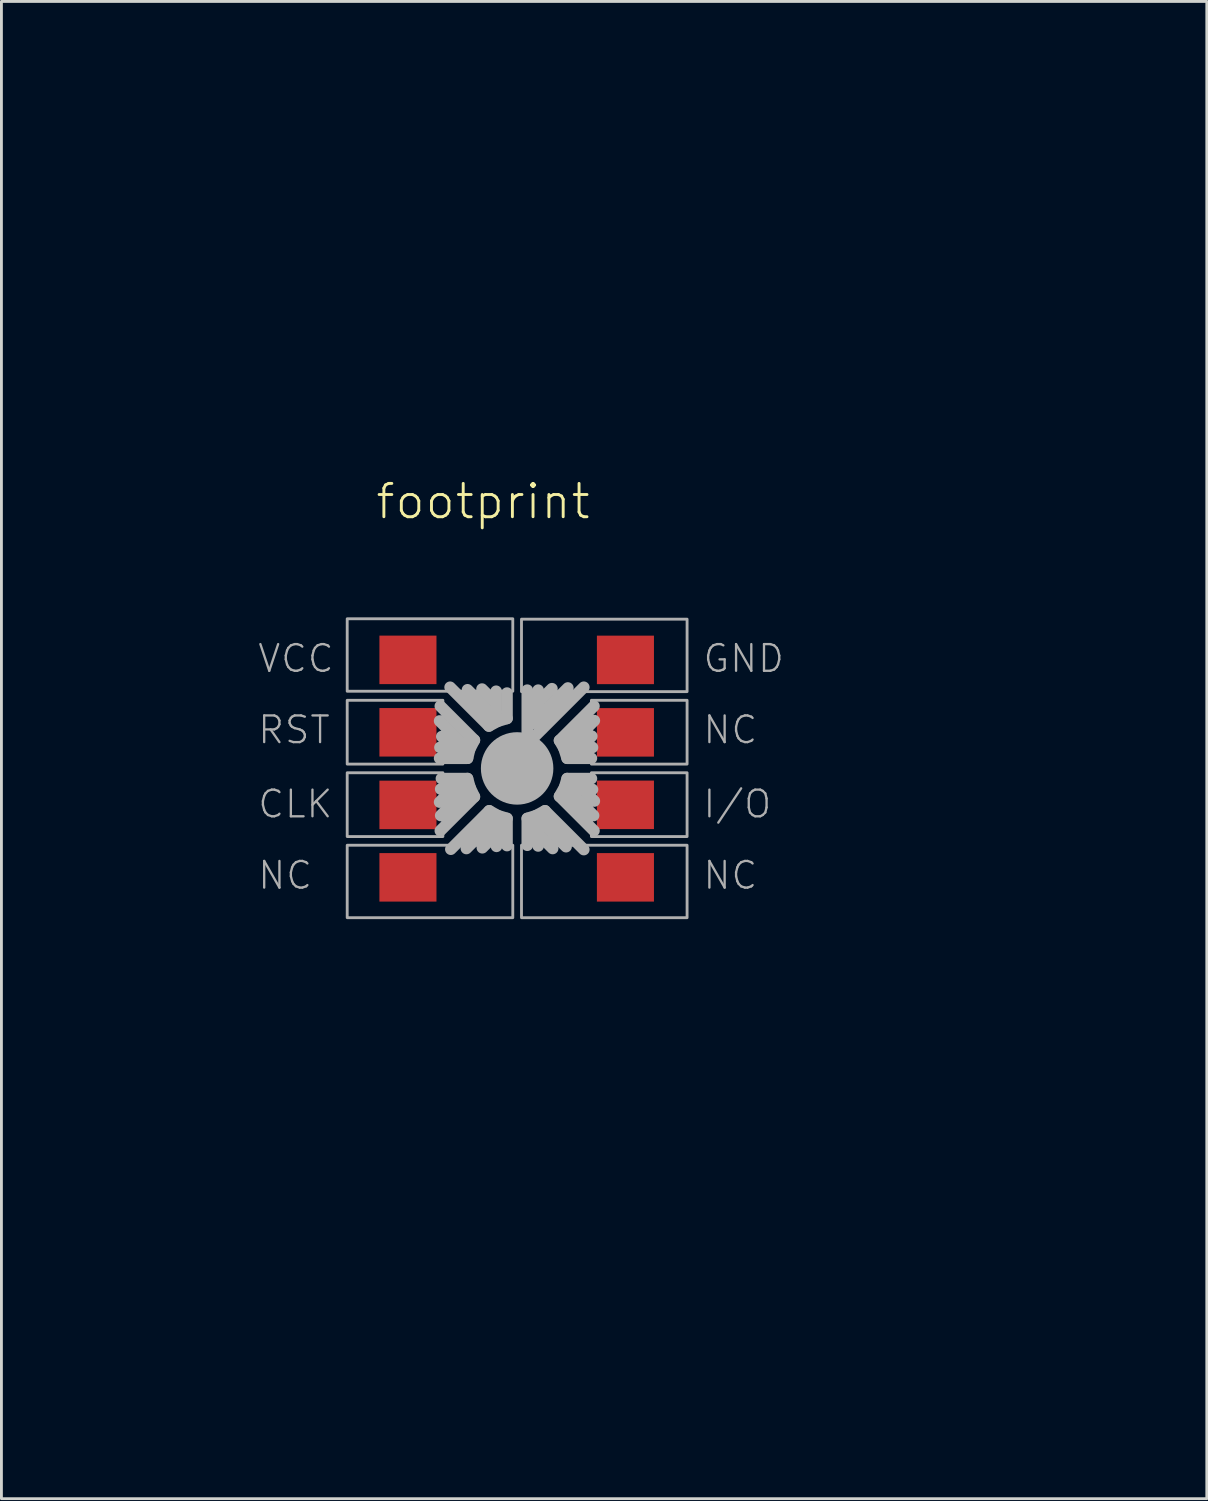
<source format=kicad_pcb>
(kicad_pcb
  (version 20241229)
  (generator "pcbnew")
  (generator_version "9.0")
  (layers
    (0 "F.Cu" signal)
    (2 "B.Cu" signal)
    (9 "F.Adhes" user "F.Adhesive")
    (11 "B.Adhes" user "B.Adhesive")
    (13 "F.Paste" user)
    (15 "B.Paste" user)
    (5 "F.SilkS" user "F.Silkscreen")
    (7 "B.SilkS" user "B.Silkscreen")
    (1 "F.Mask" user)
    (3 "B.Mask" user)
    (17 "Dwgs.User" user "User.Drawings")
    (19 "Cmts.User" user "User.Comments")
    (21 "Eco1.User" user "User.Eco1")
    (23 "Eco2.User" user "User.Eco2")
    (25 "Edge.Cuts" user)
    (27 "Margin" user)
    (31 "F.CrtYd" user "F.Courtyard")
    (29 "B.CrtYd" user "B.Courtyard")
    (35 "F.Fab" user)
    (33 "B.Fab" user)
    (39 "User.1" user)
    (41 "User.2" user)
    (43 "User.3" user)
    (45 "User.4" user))
  (footprint "footprint"
    (layer "F.Cu")
    (at 6.25 16.48)
    (property "Reference" "footprint" (at 3.81 -1.27 0) (layer "F.SilkS") (effects (font (size 1.168 1.168) (thickness 0.102)) (justify left bottom)))
    (fp_line (start -6.25 30) (end -6.25 -14.48) (stroke (width 0.0002) (type solid)) (layer "F.SilkS"))
    (fp_line (start -4.25 -16.48) (end 30 -16.48) (stroke (width 0.0002) (type solid)) (layer "F.SilkS"))
    (fp_line (start 0 1) (end 0 14) (stroke (width 0.0002) (type solid)) (layer "F.SilkS"))
    (fp_line (start 1 0) (end 24 0) (stroke (width 0.0002) (type solid)) (layer "F.SilkS"))
    (fp_line (start 1 15) (end 21.7 15) (stroke (width 0.0002) (type solid)) (layer "F.SilkS"))
    (fp_line (start 22.3 14.7) (end 24.8 12.2) (stroke (width 0.0002) (type solid)) (layer "F.SilkS"))
    (fp_line (start 25 11.6) (end 25 1) (stroke (width 0.0002) (type solid)) (layer "F.SilkS"))
    (fp_arc (start -6.25 -14.48) (mid -5.664214 -15.894214) (end -4.25 -16.48) (stroke (width 0.0002) (type solid)) (layer "F.SilkS"))
    (fp_arc (start 0 1) (mid 0.292893 0.292893) (end 1 0) (stroke (width 0.0002) (type solid)) (layer "F.SilkS"))
    (fp_arc (start 1 15) (mid 0.292893 14.707107) (end 0 14) (stroke (width 0.0002) (type solid)) (layer "F.SilkS"))
    (fp_arc (start 22.3 14.7) (mid 22.025694 14.901388) (end 21.7 15) (stroke (width 0.0002) (type solid)) (layer "F.SilkS"))
    (fp_arc (start 24 0) (mid 24.707107 0.292893) (end 25 1) (stroke (width 0.0002) (type solid)) (layer "F.SilkS"))
    (fp_arc (start 25 11.6) (mid 24.948683 11.916228) (end 24.8 12.2) (stroke (width 0.0002) (type solid)) (layer "F.SilkS"))
    (fp_line (start 6.109 8.585) (end 6.439 8.255) (stroke (width 0.406) (type solid)) (layer "F.Fab"))
    (fp_line (start 6.121 6.668) (end 6.921 6.668) (stroke (width 0.406) (type solid)) (layer "F.Fab"))
    (fp_line (start 6.134 5.22) (end 7.328 6.413) (stroke (width 0.406) (type solid)) (layer "F.Fab"))
    (fp_line (start 6.134 9.588) (end 7.328 8.395) (stroke (width 0.406) (type solid)) (layer "F.Fab"))
    (fp_line (start 6.147 8.128) (end 6.871 8.128) (stroke (width 0.406) (type solid)) (layer "F.Fab"))
    (fp_line (start 6.388 6.49) (end 6.185 6.287) (stroke (width 0.406) (type solid)) (layer "F.Fab"))
    (fp_line (start 6.439 8.255) (end 6.439 8.23) (stroke (width 0.406) (type solid)) (layer "F.Fab"))
    (fp_line (start 6.871 8.128) (end 6.972 8.23) (stroke (width 0.406) (type solid)) (layer "F.Fab"))
    (fp_line (start 6.921 6.553) (end 6.109 5.74) (stroke (width 0.406) (type solid)) (layer "F.Fab"))
    (fp_line (start 6.921 6.668) (end 6.921 6.553) (stroke (width 0.406) (type solid)) (layer "F.Fab"))
    (fp_line (start 6.972 8.23) (end 6.147 9.055) (stroke (width 0.406) (type solid)) (layer "F.Fab"))
    (fp_line (start 7.087 7.048) (end 6.109 7.048) (stroke (width 0.406) (type solid)) (layer "F.Fab"))
    (fp_line (start 7.087 7.76) (end 6.172 7.76) (stroke (width 0.406) (type solid)) (layer "F.Fab"))
    (fp_line (start 7.163 6.731) (end 7.087 7.048) (stroke (width 0.406) (type solid)) (layer "F.Fab"))
    (fp_line (start 7.176 8.077) (end 7.087 7.76) (stroke (width 0.406) (type solid)) (layer "F.Fab"))
    (fp_line (start 7.328 6.413) (end 7.163 6.731) (stroke (width 0.406) (type solid)) (layer "F.Fab"))
    (fp_line (start 7.328 8.395) (end 7.176 8.077) (stroke (width 0.406) (type solid)) (layer "F.Fab"))
    (fp_line (start 7.607 10.185) (end 8.001 9.792) (stroke (width 0.406) (type solid)) (layer "F.Fab"))
    (fp_line (start 7.836 5.918) (end 6.477 4.559) (stroke (width 0.406) (type solid)) (layer "F.Fab"))
    (fp_line (start 7.849 8.89) (end 6.502 10.236) (stroke (width 0.406) (type solid)) (layer "F.Fab"))
    (fp_line (start 7.988 5.016) (end 7.595 4.623) (stroke (width 0.406) (type solid)) (layer "F.Fab"))
    (fp_line (start 7.988 5.55) (end 7.087 4.648) (stroke (width 0.406) (type solid)) (layer "F.Fab"))
    (fp_line (start 8.014 9.246) (end 7.048 10.211) (stroke (width 0.406) (type solid)) (layer "F.Fab"))
    (fp_line (start 8.09 4.699) (end 8.09 5.448) (stroke (width 0.406) (type solid)) (layer "F.Fab"))
    (fp_line (start 8.09 5.448) (end 7.988 5.55) (stroke (width 0.406) (type solid)) (layer "F.Fab"))
    (fp_line (start 8.103 9.335) (end 8.014 9.246) (stroke (width 0.406) (type solid)) (layer "F.Fab"))
    (fp_line (start 8.103 10.135) (end 8.103 9.335) (stroke (width 0.406) (type solid)) (layer "F.Fab"))
    (fp_line (start 8.141 5.753) (end 7.836 5.918) (stroke (width 0.406) (type solid)) (layer "F.Fab"))
    (fp_line (start 8.141 9.055) (end 7.849 8.89) (stroke (width 0.406) (type solid)) (layer "F.Fab"))
    (fp_line (start 8.471 4.763) (end 8.471 5.652) (stroke (width 0.406) (type solid)) (layer "F.Fab"))
    (fp_line (start 8.471 5.652) (end 8.141 5.753) (stroke (width 0.406) (type solid)) (layer "F.Fab"))
    (fp_line (start 8.471 9.157) (end 8.141 9.055) (stroke (width 0.406) (type solid)) (layer "F.Fab"))
    (fp_line (start 8.471 10.109) (end 8.471 9.157) (stroke (width 0.406) (type solid)) (layer "F.Fab"))
    (fp_line (start 9.182 4.661) (end 9.182 6.35) (stroke (width 0.406) (type solid)) (layer "F.Fab"))
    (fp_line (start 9.182 6.35) (end 9.373 6.35) (stroke (width 0.406) (type solid)) (layer "F.Fab"))
    (fp_line (start 9.182 9.157) (end 9.5 9.055) (stroke (width 0.406) (type solid)) (layer "F.Fab"))
    (fp_line (start 9.182 10.097) (end 9.182 9.157) (stroke (width 0.406) (type solid)) (layer "F.Fab"))
    (fp_line (start 9.373 6.35) (end 11.163 4.559) (stroke (width 0.406) (type solid)) (layer "F.Fab"))
    (fp_line (start 9.5 9.055) (end 9.804 8.89) (stroke (width 0.406) (type solid)) (layer "F.Fab"))
    (fp_line (start 9.563 4.661) (end 9.563 5.626) (stroke (width 0.406) (type solid)) (layer "F.Fab"))
    (fp_line (start 9.563 5.626) (end 9.347 5.842) (stroke (width 0.406) (type solid)) (layer "F.Fab"))
    (fp_line (start 9.563 5.626) (end 10.604 4.585) (stroke (width 0.406) (type solid)) (layer "F.Fab"))
    (fp_line (start 9.563 9.347) (end 9.652 9.258) (stroke (width 0.406) (type solid)) (layer "F.Fab"))
    (fp_line (start 9.563 10.122) (end 9.563 9.347) (stroke (width 0.406) (type solid)) (layer "F.Fab"))
    (fp_line (start 9.652 9.258) (end 10.541 10.147) (stroke (width 0.406) (type solid)) (layer "F.Fab"))
    (fp_line (start 9.677 4.978) (end 10.046 4.61) (stroke (width 0.406) (type solid)) (layer "F.Fab"))
    (fp_line (start 9.804 8.89) (end 11.163 10.249) (stroke (width 0.406) (type solid)) (layer "F.Fab"))
    (fp_line (start 10.071 10.211) (end 9.665 9.804) (stroke (width 0.406) (type solid)) (layer "F.Fab"))
    (fp_line (start 10.312 6.426) (end 11.519 5.22) (stroke (width 0.406) (type solid)) (layer "F.Fab"))
    (fp_line (start 10.312 8.382) (end 11.519 9.588) (stroke (width 0.406) (type solid)) (layer "F.Fab"))
    (fp_line (start 10.465 6.693) (end 10.312 6.426) (stroke (width 0.406) (type solid)) (layer "F.Fab"))
    (fp_line (start 10.49 8.065) (end 10.312 8.382) (stroke (width 0.406) (type solid)) (layer "F.Fab"))
    (fp_line (start 10.579 7.048) (end 10.465 6.693) (stroke (width 0.406) (type solid)) (layer "F.Fab"))
    (fp_line (start 10.579 7.76) (end 10.49 8.065) (stroke (width 0.406) (type solid)) (layer "F.Fab"))
    (fp_line (start 10.681 8.23) (end 11.506 9.055) (stroke (width 0.406) (type solid)) (layer "F.Fab"))
    (fp_line (start 10.693 6.566) (end 11.532 5.728) (stroke (width 0.406) (type solid)) (layer "F.Fab"))
    (fp_line (start 10.77 8.141) (end 10.681 8.23) (stroke (width 0.406) (type solid)) (layer "F.Fab"))
    (fp_line (start 10.795 6.668) (end 10.693 6.566) (stroke (width 0.406) (type solid)) (layer "F.Fab"))
    (fp_line (start 11.189 6.528) (end 11.443 6.274) (stroke (width 0.406) (type solid)) (layer "F.Fab"))
    (fp_line (start 11.43 7.048) (end 10.579 7.048) (stroke (width 0.406) (type solid)) (layer "F.Fab"))
    (fp_line (start 11.43 7.76) (end 10.579 7.76) (stroke (width 0.406) (type solid)) (layer "F.Fab"))
    (fp_line (start 11.468 6.668) (end 10.795 6.668) (stroke (width 0.406) (type solid)) (layer "F.Fab"))
    (fp_line (start 11.468 8.141) (end 10.77 8.141) (stroke (width 0.406) (type solid)) (layer "F.Fab"))
    (fp_line (start 11.532 8.547) (end 11.239 8.255) (stroke (width 0.406) (type solid)) (layer "F.Fab"))
    (fp_circle (center 8.826 7.404) (end 9.461 7.404) (stroke (width 1.27) (type solid)) (fill no) (layer "F.Fab"))
    (fp_poly (pts (xy 2.87 4.699) (xy 8.674 4.699) (xy 8.674 2.159) (xy 2.87 2.159)) (stroke (width 0.1) (type solid)) (fill no) (layer "F.Fab"))
    (fp_poly (pts (xy 2.87 7.252) (xy 6.223 7.252) (xy 6.223 5.016) (xy 2.87 5.016)) (stroke (width 0.1) (type solid)) (fill no) (layer "F.Fab"))
    (fp_poly (pts (xy 2.87 9.792) (xy 6.223 9.792) (xy 6.223 7.556) (xy 2.87 7.556)) (stroke (width 0.1) (type solid)) (fill no) (layer "F.Fab"))
    (fp_poly (pts (xy 2.87 12.636) (xy 8.674 12.636) (xy 8.674 10.097) (xy 2.87 10.097)) (stroke (width 0.1) (type solid)) (fill no) (layer "F.Fab"))
    (fp_poly (pts (xy 8.979 4.712) (xy 14.783 4.712) (xy 14.783 2.172) (xy 8.979 2.172)) (stroke (width 0.1) (type solid)) (fill no) (layer "F.Fab"))
    (fp_poly (pts (xy 8.979 12.636) (xy 14.783 12.636) (xy 14.783 10.097) (xy 8.979 10.097)) (stroke (width 0.1) (type solid)) (fill no) (layer "F.Fab"))
    (fp_poly (pts (xy 11.43 7.252) (xy 14.783 7.252) (xy 14.783 5.016) (xy 11.43 5.016)) (stroke (width 0.1) (type solid)) (fill no) (layer "F.Fab"))
    (fp_poly (pts (xy 11.43 9.792) (xy 14.783 9.792) (xy 14.783 7.556) (xy 11.43 7.556)) (stroke (width 0.1) (type solid)) (fill no) (layer "F.Fab"))
    (fp_text user "I/O" (at 15.289 9.2 0) (layer "F.Fab") (effects (font (size 0.935 0.935) (thickness 0.081)) (justify left bottom)))
    (fp_text user "NC" (at -0.316 11.7 0) (layer "F.Fab") (effects (font (size 0.935 0.935) (thickness 0.081)) (justify left bottom)))
    (fp_text user "NC  " (at 15.289 6.6 0) (layer "F.Fab") (effects (font (size 0.935 0.935) (thickness 0.081)) (justify left bottom)))
    (fp_text user "NC " (at 15.289 11.7 0) (layer "F.Fab") (effects (font (size 0.935 0.935) (thickness 0.081)) (justify left bottom)))
    (fp_text user "VCC" (at -0.316 4.1 0) (layer "F.Fab") (effects (font (size 0.935 0.935) (thickness 0.081)) (justify left bottom)))
    (fp_text user "GND" (at 15.289 4.1 0) (layer "F.Fab") (effects (font (size 0.935 0.935) (thickness 0.081)) (justify left bottom)))
    (fp_text user "RST" (at -0.316 6.6 0) (layer "F.Fab") (effects (font (size 0.935 0.935) (thickness 0.081)) (justify left bottom)))
    (fp_text user "CLK" (at -0.316 9.2 0) (layer "F.Fab") (effects (font (size 0.935 0.935) (thickness 0.081)) (justify left bottom)))
    (pad "C1" smd rect (at 4.999 3.599) (size 2 1.7) (layers "F.Cu" "F.Mask" "F.Paste"))
    (pad "C2" smd rect (at 4.999 6.138) (size 2 1.7) (layers "F.Cu" "F.Mask" "F.Paste"))
    (pad "C3" smd rect (at 4.999 8.683) (size 2 1.7) (layers "F.Cu" "F.Mask" "F.Paste"))
    (pad "C4" smd rect (at 4.999 11.222) (size 2 1.7) (layers "F.Cu" "F.Mask" "F.Paste"))
    (pad "C5" smd rect (at 12.622 3.6) (size 2 1.7) (layers "F.Cu" "F.Mask" "F.Paste"))
    (pad "C6" smd rect (at 12.622 6.14) (size 2 1.7) (layers "F.Cu" "F.Mask" "F.Paste"))
    (pad "C7" smd rect (at 12.622 8.68) (size 2 1.7) (layers "F.Cu" "F.Mask" "F.Paste"))
    (pad "C8" smd rect (at 12.622 11.222) (size 2 1.7) (layers "F.Cu" "F.Mask" "F.Paste")))
  (gr_rect
    (start -3 -3)
    (end 39.25 49.48)
    (stroke (width 0.1) (type default))
    (fill no)
    (layer "Edge.Cuts")))
</source>
